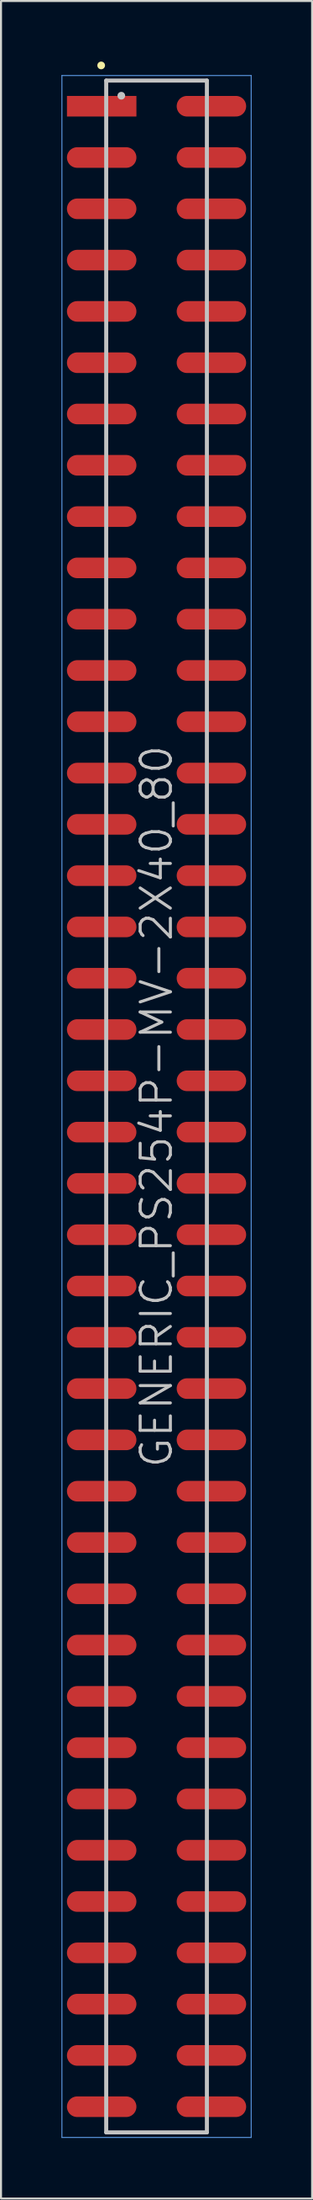
<source format=kicad_pcb>
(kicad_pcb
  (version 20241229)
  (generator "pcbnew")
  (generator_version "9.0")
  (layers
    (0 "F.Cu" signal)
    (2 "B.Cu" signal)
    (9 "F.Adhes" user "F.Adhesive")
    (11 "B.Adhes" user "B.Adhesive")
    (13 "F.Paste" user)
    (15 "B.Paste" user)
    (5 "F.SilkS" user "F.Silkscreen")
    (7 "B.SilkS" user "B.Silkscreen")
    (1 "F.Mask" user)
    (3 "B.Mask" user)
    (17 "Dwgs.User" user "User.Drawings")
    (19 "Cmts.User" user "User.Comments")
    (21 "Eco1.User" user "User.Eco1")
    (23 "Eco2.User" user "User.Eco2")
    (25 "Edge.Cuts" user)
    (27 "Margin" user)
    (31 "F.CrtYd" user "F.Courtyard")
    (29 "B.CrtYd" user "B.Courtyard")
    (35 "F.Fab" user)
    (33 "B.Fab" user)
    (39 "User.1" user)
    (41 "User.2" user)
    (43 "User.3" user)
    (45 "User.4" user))
  (footprint "GENERIC_PS254P-MV-2X40_80"
    (layer "F.Cu")
    (at 4.725 51.74)
    (property "Reference" "GENERIC_PS254P-MV-2X40_80" (at 0 0 90) (layer "Dwgs.User") (effects (font (size 1.5 1.5) (thickness 0.15))))
    (attr smd)
    (fp_line (start -2.75 -51.55) (end -2.75 -51.55) (stroke (width 0.381) (type solid)) (layer "F.SilkS"))
    (fp_line (start -2.5 -50.8) (end -2.5 50.8) (stroke (width 0.2) (type solid)) (layer "Dwgs.User"))
    (fp_line (start -2.5 -50.8) (end 2.5 -50.8) (stroke (width 0.2) (type solid)) (layer "Dwgs.User"))
    (fp_line (start -2.5 50.8) (end 2.5 50.8) (stroke (width 0.2) (type solid)) (layer "Dwgs.User"))
    (fp_line (start -1.75 -50.05) (end -1.75 -50.05) (stroke (width 0.381) (type solid)) (layer "Dwgs.User"))
    (fp_line (start 2.5 -50.8) (end 2.5 50.8) (stroke (width 0.2) (type solid)) (layer "Dwgs.User"))
    (fp_line (start -4.7 -51.05) (end -4.7 51.05) (stroke (width 0.05) (type solid)) (layer "Cmts.User"))
    (fp_line (start -4.7 -51.05) (end 4.7 -51.05) (stroke (width 0.05) (type solid)) (layer "Cmts.User"))
    (fp_line (start -4.7 51.05) (end 4.7 51.05) (stroke (width 0.05) (type solid)) (layer "Cmts.User"))
    (fp_line (start 4.7 -51.05) (end 4.7 51.05) (stroke (width 0.05) (type solid)) (layer "Cmts.User"))
    (pad "1" smd rect (at -2.725 -49.53 270) (size 1.02 3.45) (layers "F.Cu" "F.Mask" "F.Paste"))
    (pad "2" smd oval (at 2.725 -49.53 270) (size 1.02 3.45) (layers "F.Cu" "F.Mask" "F.Paste"))
    (pad "3" smd oval (at -2.725 -46.99 270) (size 1.02 3.45) (layers "F.Cu" "F.Mask" "F.Paste"))
    (pad "4" smd oval (at 2.725 -46.99 270) (size 1.02 3.45) (layers "F.Cu" "F.Mask" "F.Paste"))
    (pad "5" smd oval (at -2.725 -44.45 270) (size 1.02 3.45) (layers "F.Cu" "F.Mask" "F.Paste"))
    (pad "6" smd oval (at 2.725 -44.45 270) (size 1.02 3.45) (layers "F.Cu" "F.Mask" "F.Paste"))
    (pad "7" smd oval (at -2.725 -41.91 270) (size 1.02 3.45) (layers "F.Cu" "F.Mask" "F.Paste"))
    (pad "8" smd oval (at 2.725 -41.91 270) (size 1.02 3.45) (layers "F.Cu" "F.Mask" "F.Paste"))
    (pad "9" smd oval (at -2.725 -39.37 270) (size 1.02 3.45) (layers "F.Cu" "F.Mask" "F.Paste"))
    (pad "10" smd oval (at 2.725 -39.37 270) (size 1.02 3.45) (layers "F.Cu" "F.Mask" "F.Paste"))
    (pad "11" smd oval (at -2.725 -36.83 270) (size 1.02 3.45) (layers "F.Cu" "F.Mask" "F.Paste"))
    (pad "12" smd oval (at 2.725 -36.83 270) (size 1.02 3.45) (layers "F.Cu" "F.Mask" "F.Paste"))
    (pad "13" smd oval (at -2.725 -34.29 270) (size 1.02 3.45) (layers "F.Cu" "F.Mask" "F.Paste"))
    (pad "14" smd oval (at 2.725 -34.29 270) (size 1.02 3.45) (layers "F.Cu" "F.Mask" "F.Paste"))
    (pad "15" smd oval (at -2.725 -31.75 270) (size 1.02 3.45) (layers "F.Cu" "F.Mask" "F.Paste"))
    (pad "16" smd oval (at 2.725 -31.75 270) (size 1.02 3.45) (layers "F.Cu" "F.Mask" "F.Paste"))
    (pad "17" smd oval (at -2.725 -29.21 270) (size 1.02 3.45) (layers "F.Cu" "F.Mask" "F.Paste"))
    (pad "18" smd oval (at 2.725 -29.21 270) (size 1.02 3.45) (layers "F.Cu" "F.Mask" "F.Paste"))
    (pad "19" smd oval (at -2.725 -26.67 270) (size 1.02 3.45) (layers "F.Cu" "F.Mask" "F.Paste"))
    (pad "20" smd oval (at 2.725 -26.67 270) (size 1.02 3.45) (layers "F.Cu" "F.Mask" "F.Paste"))
    (pad "21" smd oval (at -2.725 -24.13 270) (size 1.02 3.45) (layers "F.Cu" "F.Mask" "F.Paste"))
    (pad "22" smd oval (at 2.725 -24.13 270) (size 1.02 3.45) (layers "F.Cu" "F.Mask" "F.Paste"))
    (pad "23" smd oval (at -2.725 -21.59 270) (size 1.02 3.45) (layers "F.Cu" "F.Mask" "F.Paste"))
    (pad "24" smd oval (at 2.725 -21.59 270) (size 1.02 3.45) (layers "F.Cu" "F.Mask" "F.Paste"))
    (pad "25" smd oval (at -2.725 -19.05 270) (size 1.02 3.45) (layers "F.Cu" "F.Mask" "F.Paste"))
    (pad "26" smd oval (at 2.725 -19.05 270) (size 1.02 3.45) (layers "F.Cu" "F.Mask" "F.Paste"))
    (pad "27" smd oval (at -2.725 -16.51 270) (size 1.02 3.45) (layers "F.Cu" "F.Mask" "F.Paste"))
    (pad "28" smd oval (at 2.725 -16.51 270) (size 1.02 3.45) (layers "F.Cu" "F.Mask" "F.Paste"))
    (pad "29" smd oval (at -2.725 -13.97 270) (size 1.02 3.45) (layers "F.Cu" "F.Mask" "F.Paste"))
    (pad "30" smd oval (at 2.725 -13.97 270) (size 1.02 3.45) (layers "F.Cu" "F.Mask" "F.Paste"))
    (pad "31" smd oval (at -2.725 -11.43 270) (size 1.02 3.45) (layers "F.Cu" "F.Mask" "F.Paste"))
    (pad "32" smd oval (at 2.725 -11.43 270) (size 1.02 3.45) (layers "F.Cu" "F.Mask" "F.Paste"))
    (pad "33" smd oval (at -2.725 -8.89 270) (size 1.02 3.45) (layers "F.Cu" "F.Mask" "F.Paste"))
    (pad "34" smd oval (at 2.725 -8.89 270) (size 1.02 3.45) (layers "F.Cu" "F.Mask" "F.Paste"))
    (pad "35" smd oval (at -2.725 -6.35 270) (size 1.02 3.45) (layers "F.Cu" "F.Mask" "F.Paste"))
    (pad "36" smd oval (at 2.725 -6.35 270) (size 1.02 3.45) (layers "F.Cu" "F.Mask" "F.Paste"))
    (pad "37" smd oval (at -2.725 -3.81 270) (size 1.02 3.45) (layers "F.Cu" "F.Mask" "F.Paste"))
    (pad "38" smd oval (at 2.725 -3.81 270) (size 1.02 3.45) (layers "F.Cu" "F.Mask" "F.Paste"))
    (pad "39" smd oval (at -2.725 -1.27 270) (size 1.02 3.45) (layers "F.Cu" "F.Mask" "F.Paste"))
    (pad "40" smd oval (at 2.725 -1.27 270) (size 1.02 3.45) (layers "F.Cu" "F.Mask" "F.Paste"))
    (pad "41" smd oval (at -2.725 1.27 270) (size 1.02 3.45) (layers "F.Cu" "F.Mask" "F.Paste"))
    (pad "42" smd oval (at 2.725 1.27 270) (size 1.02 3.45) (layers "F.Cu" "F.Mask" "F.Paste"))
    (pad "43" smd oval (at -2.725 3.81 270) (size 1.02 3.45) (layers "F.Cu" "F.Mask" "F.Paste"))
    (pad "44" smd oval (at 2.725 3.81 270) (size 1.02 3.45) (layers "F.Cu" "F.Mask" "F.Paste"))
    (pad "45" smd oval (at -2.725 6.35 270) (size 1.02 3.45) (layers "F.Cu" "F.Mask" "F.Paste"))
    (pad "46" smd oval (at 2.725 6.35 270) (size 1.02 3.45) (layers "F.Cu" "F.Mask" "F.Paste"))
    (pad "47" smd oval (at -2.725 8.89 270) (size 1.02 3.45) (layers "F.Cu" "F.Mask" "F.Paste"))
    (pad "48" smd oval (at 2.725 8.89 270) (size 1.02 3.45) (layers "F.Cu" "F.Mask" "F.Paste"))
    (pad "49" smd oval (at -2.725 11.43 270) (size 1.02 3.45) (layers "F.Cu" "F.Mask" "F.Paste"))
    (pad "50" smd oval (at 2.725 11.43 270) (size 1.02 3.45) (layers "F.Cu" "F.Mask" "F.Paste"))
    (pad "51" smd oval (at -2.725 13.97 270) (size 1.02 3.45) (layers "F.Cu" "F.Mask" "F.Paste"))
    (pad "52" smd oval (at 2.725 13.97 270) (size 1.02 3.45) (layers "F.Cu" "F.Mask" "F.Paste"))
    (pad "53" smd oval (at -2.725 16.51 270) (size 1.02 3.45) (layers "F.Cu" "F.Mask" "F.Paste"))
    (pad "54" smd oval (at 2.725 16.51 270) (size 1.02 3.45) (layers "F.Cu" "F.Mask" "F.Paste"))
    (pad "55" smd oval (at -2.725 19.05 270) (size 1.02 3.45) (layers "F.Cu" "F.Mask" "F.Paste"))
    (pad "56" smd oval (at 2.725 19.05 270) (size 1.02 3.45) (layers "F.Cu" "F.Mask" "F.Paste"))
    (pad "57" smd oval (at -2.725 21.59 270) (size 1.02 3.45) (layers "F.Cu" "F.Mask" "F.Paste"))
    (pad "58" smd oval (at 2.725 21.59 270) (size 1.02 3.45) (layers "F.Cu" "F.Mask" "F.Paste"))
    (pad "59" smd oval (at -2.725 24.13 270) (size 1.02 3.45) (layers "F.Cu" "F.Mask" "F.Paste"))
    (pad "60" smd oval (at 2.725 24.13 270) (size 1.02 3.45) (layers "F.Cu" "F.Mask" "F.Paste"))
    (pad "61" smd oval (at -2.725 26.67 270) (size 1.02 3.45) (layers "F.Cu" "F.Mask" "F.Paste"))
    (pad "62" smd oval (at 2.725 26.67 270) (size 1.02 3.45) (layers "F.Cu" "F.Mask" "F.Paste"))
    (pad "63" smd oval (at -2.725 29.21 270) (size 1.02 3.45) (layers "F.Cu" "F.Mask" "F.Paste"))
    (pad "64" smd oval (at 2.725 29.21 270) (size 1.02 3.45) (layers "F.Cu" "F.Mask" "F.Paste"))
    (pad "65" smd oval (at -2.725 31.75 270) (size 1.02 3.45) (layers "F.Cu" "F.Mask" "F.Paste"))
    (pad "66" smd oval (at 2.725 31.75 270) (size 1.02 3.45) (layers "F.Cu" "F.Mask" "F.Paste"))
    (pad "67" smd oval (at -2.725 34.29 270) (size 1.02 3.45) (layers "F.Cu" "F.Mask" "F.Paste"))
    (pad "68" smd oval (at 2.725 34.29 270) (size 1.02 3.45) (layers "F.Cu" "F.Mask" "F.Paste"))
    (pad "69" smd oval (at -2.725 36.83 270) (size 1.02 3.45) (layers "F.Cu" "F.Mask" "F.Paste"))
    (pad "70" smd oval (at 2.725 36.83 270) (size 1.02 3.45) (layers "F.Cu" "F.Mask" "F.Paste"))
    (pad "71" smd oval (at -2.725 39.37 270) (size 1.02 3.45) (layers "F.Cu" "F.Mask" "F.Paste"))
    (pad "72" smd oval (at 2.725 39.37 270) (size 1.02 3.45) (layers "F.Cu" "F.Mask" "F.Paste"))
    (pad "73" smd oval (at -2.725 41.91 270) (size 1.02 3.45) (layers "F.Cu" "F.Mask" "F.Paste"))
    (pad "74" smd oval (at 2.725 41.91 270) (size 1.02 3.45) (layers "F.Cu" "F.Mask" "F.Paste"))
    (pad "75" smd oval (at -2.725 44.45 270) (size 1.02 3.45) (layers "F.Cu" "F.Mask" "F.Paste"))
    (pad "76" smd oval (at 2.725 44.45 270) (size 1.02 3.45) (layers "F.Cu" "F.Mask" "F.Paste"))
    (pad "77" smd oval (at -2.725 46.99 270) (size 1.02 3.45) (layers "F.Cu" "F.Mask" "F.Paste"))
    (pad "78" smd oval (at 2.725 46.99 270) (size 1.02 3.45) (layers "F.Cu" "F.Mask" "F.Paste"))
    (pad "79" smd oval (at -2.725 49.53 270) (size 1.02 3.45) (layers "F.Cu" "F.Mask" "F.Paste"))
    (pad "80" smd oval (at 2.725 49.53 270) (size 1.02 3.45) (layers "F.Cu" "F.Mask" "F.Paste")))
  (gr_rect
    (start -3 -3)
    (end 12.45 105.816)
    (stroke (width 0.1) (type default))
    (fill no)
    (layer "Edge.Cuts")))
</source>
